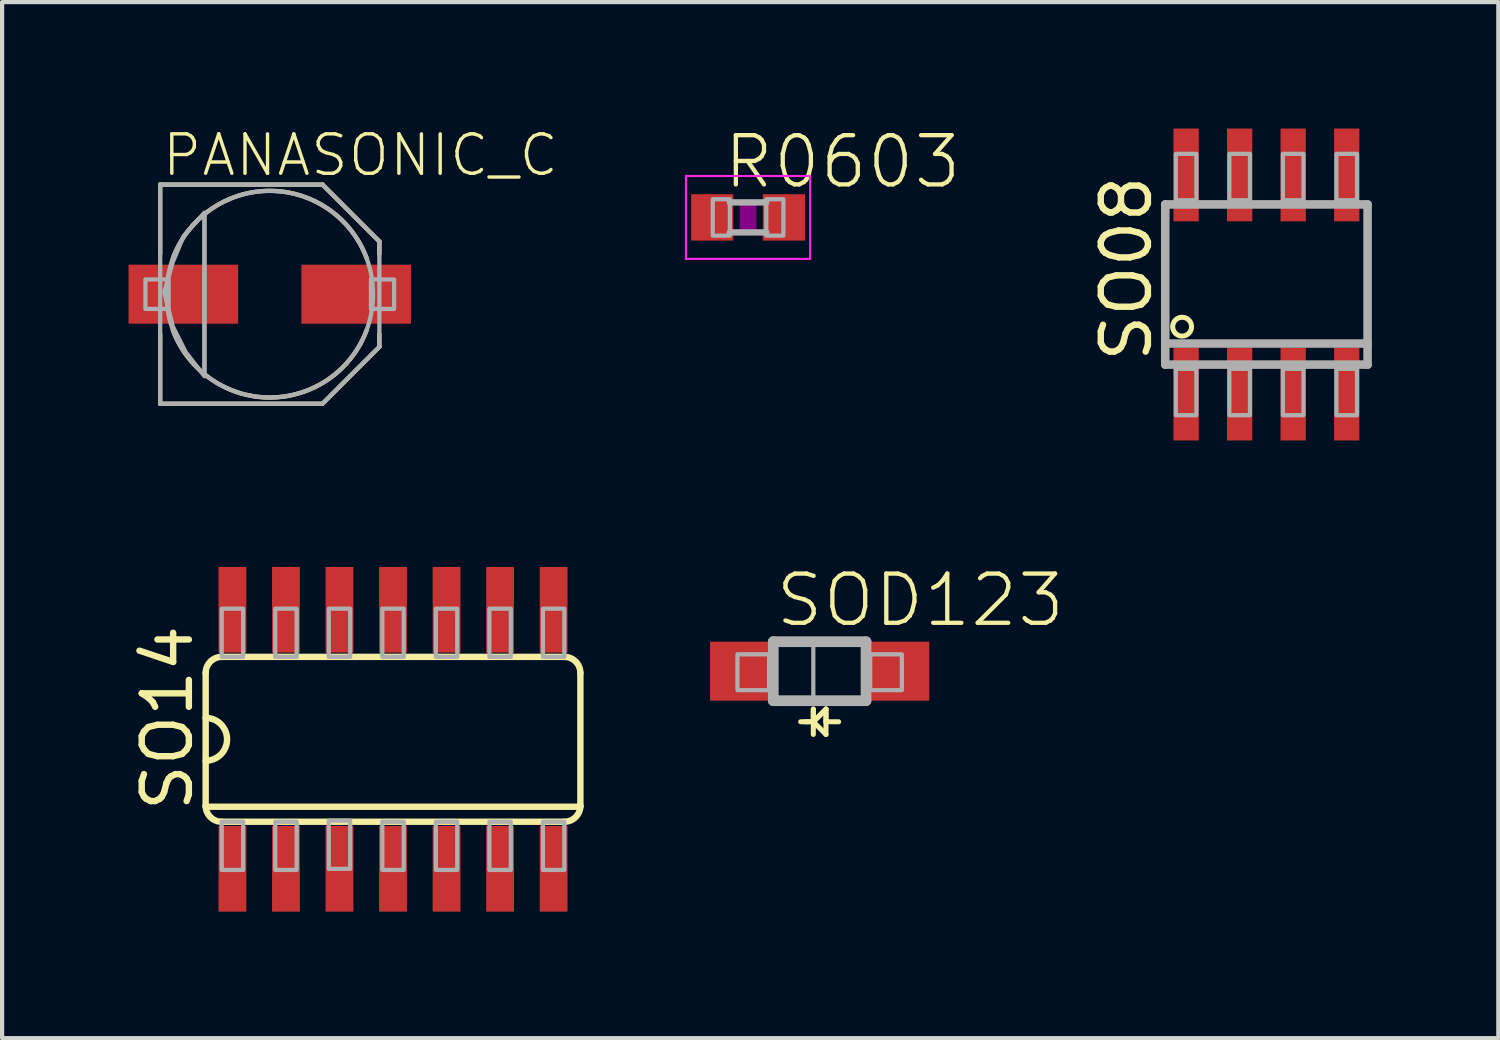
<source format=kicad_pcb>
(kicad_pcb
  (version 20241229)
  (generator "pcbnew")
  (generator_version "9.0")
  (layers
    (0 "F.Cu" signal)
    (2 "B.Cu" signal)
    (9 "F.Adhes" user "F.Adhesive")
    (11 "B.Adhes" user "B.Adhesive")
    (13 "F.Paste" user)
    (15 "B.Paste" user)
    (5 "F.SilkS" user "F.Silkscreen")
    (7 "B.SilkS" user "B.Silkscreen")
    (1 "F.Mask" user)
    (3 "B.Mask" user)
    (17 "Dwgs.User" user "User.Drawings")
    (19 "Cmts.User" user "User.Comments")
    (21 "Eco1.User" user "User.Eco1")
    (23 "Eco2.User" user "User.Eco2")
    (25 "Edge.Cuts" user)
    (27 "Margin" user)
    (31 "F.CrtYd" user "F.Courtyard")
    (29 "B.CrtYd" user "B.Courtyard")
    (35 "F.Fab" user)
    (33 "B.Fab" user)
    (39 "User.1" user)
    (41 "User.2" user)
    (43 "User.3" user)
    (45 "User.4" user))
  (footprint "SO14"
    (layer "F.Cu")
    (at 6.274 14.489)
    (property "Reference" "SO14" (at -4.699 1.778 90) (layer "F.SilkS") (effects (font (size 1.118 1.118) (thickness 0.152)) (justify left bottom)))
    (fp_line (start -4.445 -1.575) (end -4.445 1.575) (stroke (width 0.152) (type solid)) (layer "F.SilkS"))
    (fp_line (start -4.445 1.6) (end 4.445 1.6) (stroke (width 0.152) (type solid)) (layer "F.SilkS"))
    (fp_line (start -4.064 1.956) (end 4.064 1.956) (stroke (width 0.152) (type solid)) (layer "F.SilkS"))
    (fp_line (start 4.064 -1.956) (end -4.064 -1.956) (stroke (width 0.152) (type solid)) (layer "F.SilkS"))
    (fp_line (start 4.445 1.575) (end 4.445 -1.575) (stroke (width 0.152) (type solid)) (layer "F.SilkS"))
    (fp_arc (start -4.445 -1.5748) (mid -4.333408 -1.844208) (end -4.064 -1.9558) (stroke (width 0.1524) (type solid)) (layer "F.SilkS"))
    (fp_arc (start -4.445 -0.508) (mid -3.937 0) (end -4.445 0.508) (stroke (width 0.1524) (type solid)) (layer "F.SilkS"))
    (fp_arc (start -4.064 1.9558) (mid -4.333408 1.844208) (end -4.445 1.5748) (stroke (width 0.1524) (type solid)) (layer "F.SilkS"))
    (fp_arc (start 4.064 -1.9558) (mid 4.333408 -1.844208) (end 4.445 -1.5748) (stroke (width 0.1524) (type solid)) (layer "F.SilkS"))
    (fp_arc (start 4.445 1.5748) (mid 4.333408 1.844208) (end 4.064 1.9558) (stroke (width 0.1524) (type solid)) (layer "F.SilkS"))
    (fp_poly (pts (xy -4.064 -1.956) (xy -3.556 -1.956) (xy -3.556 -3.099) (xy -4.064 -3.099)) (stroke (width 0.1) (type solid)) (fill no) (layer "F.Fab"))
    (fp_poly (pts (xy -4.064 3.099) (xy -3.556 3.099) (xy -3.556 1.956) (xy -4.064 1.956)) (stroke (width 0.1) (type solid)) (fill no) (layer "F.Fab"))
    (fp_poly (pts (xy -2.794 -1.956) (xy -2.286 -1.956) (xy -2.286 -3.099) (xy -2.794 -3.099)) (stroke (width 0.1) (type solid)) (fill no) (layer "F.Fab"))
    (fp_poly (pts (xy -2.794 3.099) (xy -2.286 3.099) (xy -2.286 1.956) (xy -2.794 1.956)) (stroke (width 0.1) (type solid)) (fill no) (layer "F.Fab"))
    (fp_poly (pts (xy -1.524 -1.956) (xy -1.016 -1.956) (xy -1.016 -3.099) (xy -1.524 -3.099)) (stroke (width 0.1) (type solid)) (fill no) (layer "F.Fab"))
    (fp_poly (pts (xy -1.524 3.073) (xy -1.016 3.073) (xy -1.016 1.93) (xy -1.524 1.93)) (stroke (width 0.1) (type solid)) (fill no) (layer "F.Fab"))
    (fp_poly (pts (xy -0.254 -1.956) (xy 0.254 -1.956) (xy 0.254 -3.099) (xy -0.254 -3.099)) (stroke (width 0.1) (type solid)) (fill no) (layer "F.Fab"))
    (fp_poly (pts (xy -0.254 3.099) (xy 0.254 3.099) (xy 0.254 1.956) (xy -0.254 1.956)) (stroke (width 0.1) (type solid)) (fill no) (layer "F.Fab"))
    (fp_poly (pts (xy 1.016 -1.956) (xy 1.524 -1.956) (xy 1.524 -3.099) (xy 1.016 -3.099)) (stroke (width 0.1) (type solid)) (fill no) (layer "F.Fab"))
    (fp_poly (pts (xy 1.016 3.099) (xy 1.524 3.099) (xy 1.524 1.956) (xy 1.016 1.956)) (stroke (width 0.1) (type solid)) (fill no) (layer "F.Fab"))
    (fp_poly (pts (xy 2.286 -1.956) (xy 2.794 -1.956) (xy 2.794 -3.099) (xy 2.286 -3.099)) (stroke (width 0.1) (type solid)) (fill no) (layer "F.Fab"))
    (fp_poly (pts (xy 2.286 3.099) (xy 2.794 3.099) (xy 2.794 1.956) (xy 2.286 1.956)) (stroke (width 0.1) (type solid)) (fill no) (layer "F.Fab"))
    (fp_poly (pts (xy 3.556 -1.956) (xy 4.064 -1.956) (xy 4.064 -3.099) (xy 3.556 -3.099)) (stroke (width 0.1) (type solid)) (fill no) (layer "F.Fab"))
    (fp_poly (pts (xy 3.556 3.099) (xy 4.064 3.099) (xy 4.064 1.956) (xy 3.556 1.956)) (stroke (width 0.1) (type solid)) (fill no) (layer "F.Fab"))
    (pad "1" smd rect (at -3.81 3.073) (size 0.66 2.032) (layers "F.Cu" "F.Mask" "F.Paste"))
    (pad "2" smd rect (at -2.54 3.073) (size 0.66 2.032) (layers "F.Cu" "F.Mask" "F.Paste"))
    (pad "3" smd rect (at -1.27 3.073) (size 0.66 2.032) (layers "F.Cu" "F.Mask" "F.Paste"))
    (pad "4" smd rect (at 0 3.073) (size 0.66 2.032) (layers "F.Cu" "F.Mask" "F.Paste"))
    (pad "5" smd rect (at 1.27 3.073) (size 0.66 2.032) (layers "F.Cu" "F.Mask" "F.Paste"))
    (pad "6" smd rect (at 2.54 3.073) (size 0.66 2.032) (layers "F.Cu" "F.Mask" "F.Paste"))
    (pad "7" smd rect (at 3.81 3.073) (size 0.66 2.032) (layers "F.Cu" "F.Mask" "F.Paste"))
    (pad "8" smd rect (at 3.81 -3.073) (size 0.66 2.032) (layers "F.Cu" "F.Mask" "F.Paste"))
    (pad "9" smd rect (at 2.54 -3.073) (size 0.66 2.032) (layers "F.Cu" "F.Mask" "F.Paste"))
    (pad "10" smd rect (at 1.27 -3.073) (size 0.66 2.032) (layers "F.Cu" "F.Mask" "F.Paste"))
    (pad "11" smd rect (at 0 -3.073) (size 0.66 2.032) (layers "F.Cu" "F.Mask" "F.Paste"))
    (pad "12" smd rect (at -1.27 -3.073) (size 0.66 2.032) (layers "F.Cu" "F.Mask" "F.Paste"))
    (pad "13" smd rect (at -2.54 -3.073) (size 0.66 2.032) (layers "F.Cu" "F.Mask" "F.Paste"))
    (pad "14" smd rect (at -3.81 -3.073) (size 0.66 2.032) (layers "F.Cu" "F.Mask" "F.Paste")))
  (footprint "PANASONIC_C"
    (layer "F.Cu")
    (at 3.35 3.929)
    (property "Reference" "PANASONIC_C" (at -2.6 -2.75 0) (layer "F.SilkS") (effects (font (size 0.935 0.935) (thickness 0.081)) (justify left bottom)))
    (fp_line (start -2.6 -2.6) (end 1.25 -2.6) (stroke (width 0.102) (type solid)) (layer "F.SilkS"))
    (fp_line (start -2.6 -0.95) (end -2.6 -2.6) (stroke (width 0.102) (type solid)) (layer "F.SilkS"))
    (fp_line (start -2.6 2.6) (end -2.6 0.95) (stroke (width 0.102) (type solid)) (layer "F.SilkS"))
    (fp_line (start 1.25 -2.6) (end 2.6 -1.25) (stroke (width 0.102) (type solid)) (layer "F.SilkS"))
    (fp_line (start 1.25 2.6) (end -2.6 2.6) (stroke (width 0.102) (type solid)) (layer "F.SilkS"))
    (fp_line (start 2.6 -1.25) (end 2.6 -0.95) (stroke (width 0.102) (type solid)) (layer "F.SilkS"))
    (fp_line (start 2.6 0.95) (end 2.6 1.25) (stroke (width 0.102) (type solid)) (layer "F.SilkS"))
    (fp_line (start 2.6 1.25) (end 1.25 2.6) (stroke (width 0.102) (type solid)) (layer "F.SilkS"))
    (fp_arc (start -2.3 -0.85) (mid 0 -2.45204) (end 2.3 -0.85) (stroke (width 0.1016) (type solid)) (layer "F.SilkS"))
    (fp_arc (start 2.3 0.85) (mid 0 2.45204) (end -2.3 0.85) (stroke (width 0.1016) (type solid)) (layer "F.SilkS"))
    (fp_line (start -2.6 -2.6) (end 1.25 -2.6) (stroke (width 0.102) (type solid)) (layer "F.Fab"))
    (fp_line (start -2.6 2.6) (end -2.6 -2.6) (stroke (width 0.102) (type solid)) (layer "F.Fab"))
    (fp_line (start -1.55 -1.85) (end -1.55 1.85) (stroke (width 0.102) (type solid)) (layer "F.Fab"))
    (fp_line (start 1.25 -2.6) (end 2.6 -1.25) (stroke (width 0.102) (type solid)) (layer "F.Fab"))
    (fp_line (start 1.25 2.6) (end -2.6 2.6) (stroke (width 0.102) (type solid)) (layer "F.Fab"))
    (fp_line (start 2.6 -1.25) (end 2.6 1.25) (stroke (width 0.102) (type solid)) (layer "F.Fab"))
    (fp_line (start 2.6 1.25) (end 1.25 2.6) (stroke (width 0.102) (type solid)) (layer "F.Fab"))
    (fp_circle (center 0 0) (end 2.45 0) (stroke (width 0.102) (type solid)) (fill no) (layer "F.Fab"))
    (fp_poly (pts (xy -2.95 0.35) (xy -2.4 0.35) (xy -2.4 -0.35) (xy -2.95 -0.35)) (stroke (width 0.1) (type solid)) (fill no) (layer "F.Fab"))
    (fp_poly (pts (xy 2.4 0.35) (xy 2.95 0.35) (xy 2.95 -0.35) (xy 2.4 -0.35)) (stroke (width 0.1) (type solid)) (fill no) (layer "F.Fab"))
    (fp_poly (pts (xy -1.549 1.948) (xy -1.993 1.377) (xy -2.298 0.768) (xy -2.503 -0.051) (xy -2.298 -0.767) (xy -2.044 -1.377) (xy -1.549 -1.934)) (stroke (width 0.1) (type solid)) (fill no) (layer "F.Fab"))
    (pad "+" smd rect (at 2.05 0) (size 2.6 1.4) (layers "F.Cu" "F.Mask" "F.Paste"))
    (pad "-" smd rect (at -2.05 0) (size 2.6 1.4) (layers "F.Cu" "F.Mask" "F.Paste")))
  (footprint "R0603"
    (layer "F.Cu")
    (at 14.697 2.108)
    (property "Reference" "R0603" (at -0.635 -0.635 0) (layer "F.SilkS") (effects (font (size 1.168 1.168) (thickness 0.102)) (justify left bottom)))
    (fp_poly (pts (xy -0.2 0.4) (xy 0.2 0.4) (xy 0.2 -0.4) (xy -0.2 -0.4)) (stroke (width 0) (type solid)) (fill yes) (layer "F.Adhes"))
    (fp_line (start -1.473 -0.983) (end 1.473 -0.983) (stroke (width 0.051) (type solid)) (layer "F.CrtYd"))
    (fp_line (start -1.473 0.983) (end -1.473 -0.983) (stroke (width 0.051) (type solid)) (layer "F.CrtYd"))
    (fp_line (start 1.473 -0.983) (end 1.473 0.983) (stroke (width 0.051) (type solid)) (layer "F.CrtYd"))
    (fp_line (start 1.473 0.983) (end -1.473 0.983) (stroke (width 0.051) (type solid)) (layer "F.CrtYd"))
    (fp_line (start -0.432 0.356) (end 0.432 0.356) (stroke (width 0.152) (type solid)) (layer "F.Fab"))
    (fp_line (start 0.432 -0.356) (end -0.432 -0.356) (stroke (width 0.152) (type solid)) (layer "F.Fab"))
    (fp_poly (pts (xy -0.838 0.432) (xy -0.432 0.432) (xy -0.432 -0.432) (xy -0.838 -0.432)) (stroke (width 0.1) (type solid)) (fill no) (layer "F.Fab"))
    (fp_poly (pts (xy 0.432 0.432) (xy 0.838 0.432) (xy 0.838 -0.432) (xy 0.432 -0.432)) (stroke (width 0.1) (type solid)) (fill no) (layer "F.Fab"))
    (pad "1" smd rect (at -0.85 0) (size 1 1.1) (layers "F.Cu" "F.Mask" "F.Paste"))
    (pad "2" smd rect (at 0.85 0) (size 1 1.1) (layers "F.Cu" "F.Mask" "F.Paste")))
  (footprint "SO08"
    (layer "F.Cu")
    (at 26.994 3.7)
    (property "Reference" "SO08" (at -2.667 1.905 90) (layer "F.SilkS") (effects (font (size 1.118 1.118) (thickness 0.152)) (justify left bottom)))
    (fp_circle (center -2 1) (end -1.9 1.2) (stroke (width 0.12) (type solid)) (fill no) (layer "F.SilkS"))
    (fp_line (start -2.4 -1.9) (end 2.4 -1.9) (stroke (width 0.203) (type solid)) (layer "F.Fab"))
    (fp_line (start -2.4 1.4) (end -2.4 -1.9) (stroke (width 0.203) (type solid)) (layer "F.Fab"))
    (fp_line (start -2.4 1.9) (end -2.4 1.4) (stroke (width 0.203) (type solid)) (layer "F.Fab"))
    (fp_line (start 2.4 -1.9) (end 2.4 1.4) (stroke (width 0.203) (type solid)) (layer "F.Fab"))
    (fp_line (start 2.4 1.4) (end -2.4 1.4) (stroke (width 0.203) (type solid)) (layer "F.Fab"))
    (fp_line (start 2.4 1.4) (end 2.4 1.9) (stroke (width 0.203) (type solid)) (layer "F.Fab"))
    (fp_line (start 2.4 1.9) (end -2.4 1.9) (stroke (width 0.203) (type solid)) (layer "F.Fab"))
    (fp_poly (pts (xy -2.15 -2) (xy -1.66 -2) (xy -1.66 -3.1) (xy -2.15 -3.1)) (stroke (width 0.1) (type solid)) (fill no) (layer "F.Fab"))
    (fp_poly (pts (xy -2.15 3.1) (xy -1.66 3.1) (xy -1.66 2) (xy -2.15 2)) (stroke (width 0.1) (type solid)) (fill no) (layer "F.Fab"))
    (fp_poly (pts (xy -0.88 -2) (xy -0.39 -2) (xy -0.39 -3.1) (xy -0.88 -3.1)) (stroke (width 0.1) (type solid)) (fill no) (layer "F.Fab"))
    (fp_poly (pts (xy -0.88 3.1) (xy -0.39 3.1) (xy -0.39 2) (xy -0.88 2)) (stroke (width 0.1) (type solid)) (fill no) (layer "F.Fab"))
    (fp_poly (pts (xy 0.39 -2) (xy 0.88 -2) (xy 0.88 -3.1) (xy 0.39 -3.1)) (stroke (width 0.1) (type solid)) (fill no) (layer "F.Fab"))
    (fp_poly (pts (xy 0.39 3.1) (xy 0.88 3.1) (xy 0.88 2) (xy 0.39 2)) (stroke (width 0.1) (type solid)) (fill no) (layer "F.Fab"))
    (fp_poly (pts (xy 1.66 -2) (xy 2.15 -2) (xy 2.15 -3.1) (xy 1.66 -3.1)) (stroke (width 0.1) (type solid)) (fill no) (layer "F.Fab"))
    (fp_poly (pts (xy 1.66 3.1) (xy 2.15 3.1) (xy 2.15 2) (xy 1.66 2)) (stroke (width 0.1) (type solid)) (fill no) (layer "F.Fab"))
    (pad "1" smd rect (at -1.905 2.6) (size 0.6 2.2) (layers "F.Cu" "F.Mask" "F.Paste"))
    (pad "2" smd rect (at -0.635 2.6) (size 0.6 2.2) (layers "F.Cu" "F.Mask" "F.Paste"))
    (pad "3" smd rect (at 0.635 2.6) (size 0.6 2.2) (layers "F.Cu" "F.Mask" "F.Paste"))
    (pad "4" smd rect (at 1.905 2.6) (size 0.6 2.2) (layers "F.Cu" "F.Mask" "F.Paste"))
    (pad "5" smd rect (at 1.905 -2.6) (size 0.6 2.2) (layers "F.Cu" "F.Mask" "F.Paste"))
    (pad "6" smd rect (at 0.635 -2.6) (size 0.6 2.2) (layers "F.Cu" "F.Mask" "F.Paste"))
    (pad "7" smd rect (at -0.635 -2.6) (size 0.6 2.2) (layers "F.Cu" "F.Mask" "F.Paste"))
    (pad "8" smd rect (at -1.905 -2.6) (size 0.6 2.2) (layers "F.Cu" "F.Mask" "F.Paste")))
  (footprint "SOD123"
    (layer "F.Cu")
    (at 16.395 12.873)
    (property "Reference" "SOD123" (at -1.1 -1 0) (layer "F.SilkS") (effects (font (size 1.168 1.168) (thickness 0.102)) (justify left bottom)))
    (fp_line (start -0.35 1.2) (end -0.15 1.2) (stroke (width 0.12) (type solid)) (layer "F.SilkS"))
    (fp_line (start -0.25 1.2) (end -0.45 1.2) (stroke (width 0.12) (type solid)) (layer "F.SilkS"))
    (fp_line (start -0.15 0.9) (end -0.15 1.5) (stroke (width 0.12) (type solid)) (layer "F.SilkS"))
    (fp_line (start -0.15 1.2) (end -0.15 0.9) (stroke (width 0.12) (type solid)) (layer "F.SilkS"))
    (fp_line (start -0.15 1.2) (end 0.15 0.9) (stroke (width 0.12) (type solid)) (layer "F.SilkS"))
    (fp_line (start -0.15 1.2) (end 0.15 1.5) (stroke (width 0.12) (type solid)) (layer "F.SilkS"))
    (fp_line (start 0.15 0.9) (end -0.15 1.2) (stroke (width 0.12) (type solid)) (layer "F.SilkS"))
    (fp_line (start 0.15 0.9) (end 0.15 1.2) (stroke (width 0.12) (type solid)) (layer "F.SilkS"))
    (fp_line (start 0.15 1.2) (end 0.45 1.2) (stroke (width 0.12) (type solid)) (layer "F.SilkS"))
    (fp_line (start 0.15 1.5) (end 0.15 0.9) (stroke (width 0.12) (type solid)) (layer "F.SilkS"))
    (fp_line (start -1.1 -0.7) (end 1.1 -0.7) (stroke (width 0.254) (type solid)) (layer "F.Fab"))
    (fp_line (start -1.1 0.7) (end -1.1 -0.7) (stroke (width 0.254) (type solid)) (layer "F.Fab"))
    (fp_line (start 1.1 -0.7) (end 1.1 0.7) (stroke (width 0.254) (type solid)) (layer "F.Fab"))
    (fp_line (start 1.1 0.7) (end -1.1 0.7) (stroke (width 0.254) (type solid)) (layer "F.Fab"))
    (fp_poly (pts (xy -1.95 0.45) (xy -1.2 0.45) (xy -1.2 -0.4) (xy -1.95 -0.4)) (stroke (width 0.1) (type solid)) (fill no) (layer "F.Fab"))
    (fp_poly (pts (xy -1.05 0.65) (xy -0.15 0.65) (xy -0.15 -0.7) (xy -1.05 -0.7)) (stroke (width 0.1) (type solid)) (fill no) (layer "F.Fab"))
    (fp_poly (pts (xy 1.2 0.45) (xy 1.95 0.45) (xy 1.95 -0.4) (xy 1.2 -0.4)) (stroke (width 0.1) (type solid)) (fill no) (layer "F.Fab"))
    (pad "A" smd rect (at 1.9 0) (size 1.4 1.4) (layers "F.Cu" "F.Mask" "F.Paste"))
    (pad "C" smd rect (at -1.9 0) (size 1.4 1.4) (layers "F.Cu" "F.Mask" "F.Paste")))
  (gr_rect
    (start -3 -3)
    (end 32.496 21.579)
    (stroke (width 0.1) (type default))
    (fill no)
    (layer "Edge.Cuts")))
</source>
